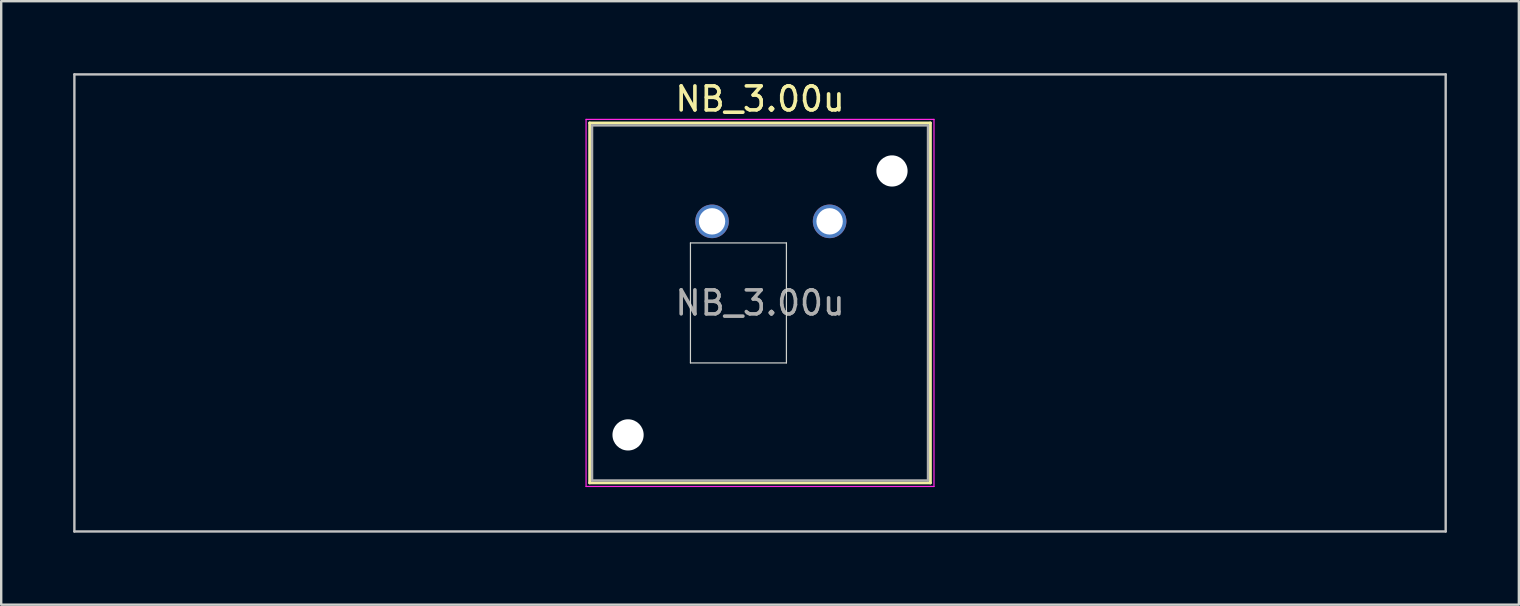
<source format=kicad_pcb>
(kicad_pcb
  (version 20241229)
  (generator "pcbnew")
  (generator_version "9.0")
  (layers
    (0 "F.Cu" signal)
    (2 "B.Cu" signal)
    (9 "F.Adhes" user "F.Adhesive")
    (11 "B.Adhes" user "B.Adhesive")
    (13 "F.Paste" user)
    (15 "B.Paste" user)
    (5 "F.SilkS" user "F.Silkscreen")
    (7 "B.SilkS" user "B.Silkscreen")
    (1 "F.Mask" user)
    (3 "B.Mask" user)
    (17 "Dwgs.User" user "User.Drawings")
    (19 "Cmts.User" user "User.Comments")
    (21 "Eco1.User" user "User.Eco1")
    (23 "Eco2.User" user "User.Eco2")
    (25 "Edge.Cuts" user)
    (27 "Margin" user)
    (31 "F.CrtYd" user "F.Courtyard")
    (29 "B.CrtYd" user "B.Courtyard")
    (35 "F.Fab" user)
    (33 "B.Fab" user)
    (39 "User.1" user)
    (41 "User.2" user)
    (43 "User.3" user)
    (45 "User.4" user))
  (footprint "NB_3.00u"
    (layer "F.Cu")
    (at 28.625 9.575)
    (property "Reference" "NB_3.00u" (at 0 -8.5 0) (layer "F.SilkS") (effects (font (size 1 1) (thickness 0.15))))
    (attr through_hole)
    (fp_line (start -7.1 -7.5) (end -7.1 7.5) (stroke (width 0.12) (type solid)) (layer "F.SilkS"))
    (fp_line (start -7.1 7.5) (end 7.1 7.5) (stroke (width 0.12) (type solid)) (layer "F.SilkS"))
    (fp_line (start 7.1 -7.5) (end -7.1 -7.5) (stroke (width 0.12) (type solid)) (layer "F.SilkS"))
    (fp_line (start 7.1 7.5) (end 7.1 -7.5) (stroke (width 0.12) (type solid)) (layer "F.SilkS"))
    (fp_line (start -28.575 -9.525) (end -28.575 9.525) (stroke (width 0.1) (type solid)) (layer "Dwgs.User"))
    (fp_line (start -28.575 9.525) (end 28.575 9.525) (stroke (width 0.1) (type solid)) (layer "Dwgs.User"))
    (fp_line (start 28.575 -9.525) (end -28.575 -9.525) (stroke (width 0.1) (type solid)) (layer "Dwgs.User"))
    (fp_line (start 28.575 9.525) (end 28.575 -9.525) (stroke (width 0.1) (type solid)) (layer "Dwgs.User"))
    (fp_line (start -8 -8) (end -8 8) (stroke (width 0.1) (type solid)) (layer "Eco1.User"))
    (fp_line (start -8 8) (end 8 8) (stroke (width 0.1) (type solid)) (layer "Eco1.User"))
    (fp_line (start 8 -8) (end -8 -8) (stroke (width 0.1) (type solid)) (layer "Eco1.User"))
    (fp_line (start 8 8) (end 8 -8) (stroke (width 0.1) (type solid)) (layer "Eco1.User"))
    (fp_line (start -2.9 -2.5) (end 1.1 -2.5) (stroke (width 0.05) (type solid)) (layer "Edge.Cuts"))
    (fp_line (start -2.9 2.5) (end -2.9 -2.5) (stroke (width 0.05) (type solid)) (layer "Edge.Cuts"))
    (fp_line (start 1.1 -2.5) (end 1.1 2.5) (stroke (width 0.05) (type solid)) (layer "Edge.Cuts"))
    (fp_line (start 1.1 2.5) (end -2.9 2.5) (stroke (width 0.05) (type solid)) (layer "Edge.Cuts"))
    (fp_line (start -7.25 -7.65) (end -7.25 7.65) (stroke (width 0.05) (type solid)) (layer "F.CrtYd"))
    (fp_line (start -7.25 7.65) (end 7.25 7.65) (stroke (width 0.05) (type solid)) (layer "F.CrtYd"))
    (fp_line (start 7.25 -7.65) (end -7.25 -7.65) (stroke (width 0.05) (type solid)) (layer "F.CrtYd"))
    (fp_line (start 7.25 7.65) (end 7.25 -7.65) (stroke (width 0.05) (type solid)) (layer "F.CrtYd"))
    (fp_line (start -7 -7.4) (end -7 7.4) (stroke (width 0.1) (type solid)) (layer "F.Fab"))
    (fp_line (start -7 7.4) (end 7 7.4) (stroke (width 0.1) (type solid)) (layer "F.Fab"))
    (fp_line (start 7 -7.4) (end -7 -7.4) (stroke (width 0.1) (type solid)) (layer "F.Fab"))
    (fp_line (start 7 7.4) (end 7 -7.4) (stroke (width 0.1) (type solid)) (layer "F.Fab"))
    (fp_text user "${REFERENCE}" (at 0 0 0) (layer "F.Fab") (effects (font (size 1 1) (thickness 0.15))))
    (pad "" np_thru_hole circle (at -5.5 5.5) (size 1.3 1.3) (drill 1.3) (layers "*.Cu" "*.Mask"))
    (pad "" np_thru_hole circle (at 5.5 -5.5) (size 1.3 1.3) (drill 1.3) (layers "*.Cu" "*.Mask"))
    (pad "1" thru_hole circle (at -2 -3.4) (size 1.4 1.4) (drill 1.1) (layers "*.Cu" "*.Mask"))
    (pad "2" thru_hole circle (at 2.9 -3.4) (size 1.4 1.4) (drill 1.1) (layers "*.Cu" "*.Mask")))
  (gr_rect
    (start -3 -3)
    (end 60.25 22.15)
    (stroke (width 0.1) (type default))
    (fill no)
    (layer "Edge.Cuts")))
</source>
